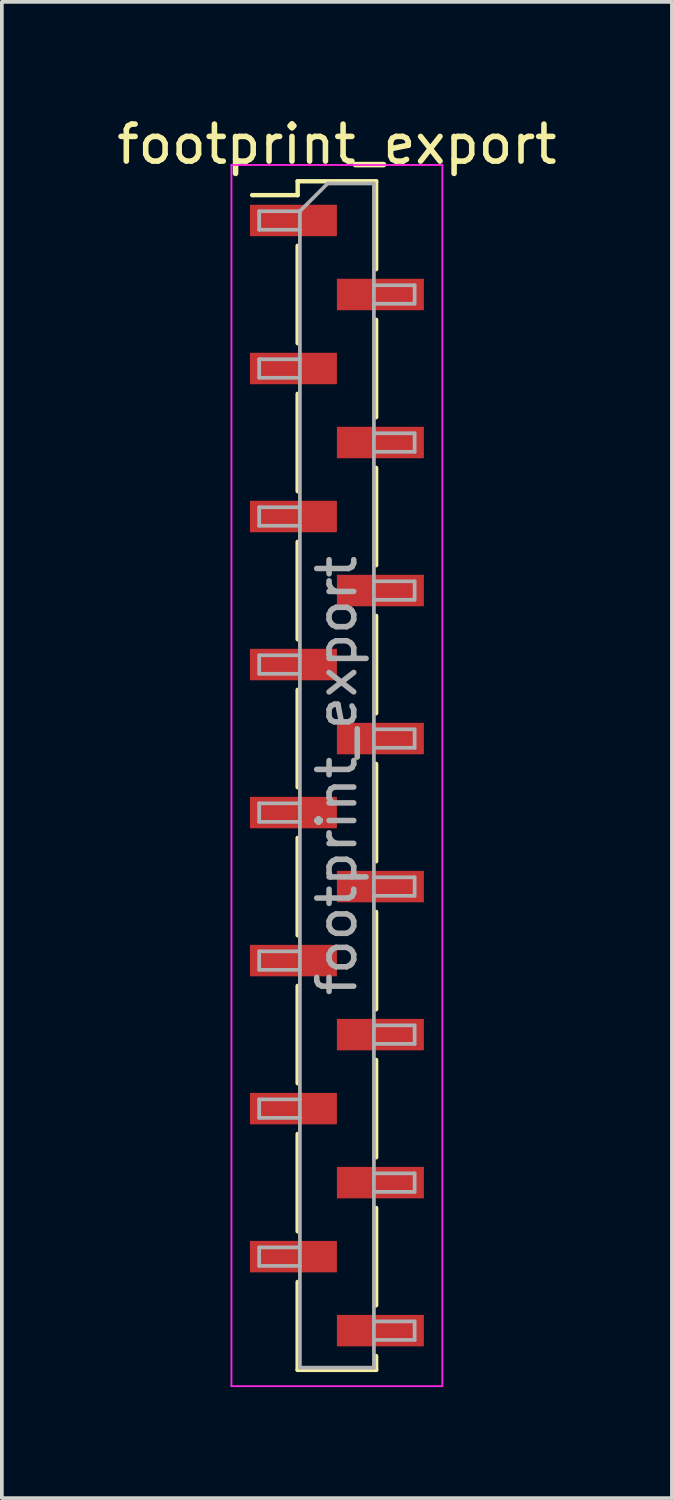
<source format=kicad_pcb>
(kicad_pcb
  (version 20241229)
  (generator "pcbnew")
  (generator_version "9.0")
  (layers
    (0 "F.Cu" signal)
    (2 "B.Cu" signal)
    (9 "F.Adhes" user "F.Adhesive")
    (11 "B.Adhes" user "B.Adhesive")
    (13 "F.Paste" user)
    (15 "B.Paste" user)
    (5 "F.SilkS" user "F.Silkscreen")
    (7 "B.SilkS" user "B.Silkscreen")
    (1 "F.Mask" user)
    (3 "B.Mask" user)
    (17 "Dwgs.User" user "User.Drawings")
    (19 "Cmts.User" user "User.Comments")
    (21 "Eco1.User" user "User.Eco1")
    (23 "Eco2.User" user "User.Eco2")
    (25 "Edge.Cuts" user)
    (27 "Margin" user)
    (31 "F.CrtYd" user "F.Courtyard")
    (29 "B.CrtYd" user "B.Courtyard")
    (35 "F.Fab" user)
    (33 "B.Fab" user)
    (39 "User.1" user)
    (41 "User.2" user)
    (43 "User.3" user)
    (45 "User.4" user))
  (footprint "footprint_export"
    (layer "F.Cu")
    (at 6.054 17.908)
    (property "Reference" "footprint_export" (at 0 -17.06 0) (layer "F.SilkS") (effects (font (size 1 1) (thickness 0.15))))
    (attr smd)
    (fp_line (start -1.06 -16.06) (end -1.06 -15.685) (stroke (width 0.12) (type solid)) (layer "F.SilkS"))
    (fp_line (start -1.06 -16.06) (end 1.06 -16.06) (stroke (width 0.12) (type solid)) (layer "F.SilkS"))
    (fp_line (start -1.06 -15.685) (end -2.29 -15.685) (stroke (width 0.12) (type solid)) (layer "F.SilkS"))
    (fp_line (start -1.06 -14.315) (end -1.06 -11.685) (stroke (width 0.12) (type solid)) (layer "F.SilkS"))
    (fp_line (start -1.06 -10.315) (end -1.06 -7.685) (stroke (width 0.12) (type solid)) (layer "F.SilkS"))
    (fp_line (start -1.06 -6.315) (end -1.06 -3.685) (stroke (width 0.12) (type solid)) (layer "F.SilkS"))
    (fp_line (start -1.06 -2.315) (end -1.06 0.315) (stroke (width 0.12) (type solid)) (layer "F.SilkS"))
    (fp_line (start -1.06 1.685) (end -1.06 4.315) (stroke (width 0.12) (type solid)) (layer "F.SilkS"))
    (fp_line (start -1.06 5.685) (end -1.06 8.315) (stroke (width 0.12) (type solid)) (layer "F.SilkS"))
    (fp_line (start -1.06 9.685) (end -1.06 12.315) (stroke (width 0.12) (type solid)) (layer "F.SilkS"))
    (fp_line (start -1.06 13.685) (end -1.06 16.06) (stroke (width 0.12) (type solid)) (layer "F.SilkS"))
    (fp_line (start -1.06 16.06) (end 1.06 16.06) (stroke (width 0.12) (type solid)) (layer "F.SilkS"))
    (fp_line (start 1.06 -16.06) (end 1.06 -13.685) (stroke (width 0.12) (type solid)) (layer "F.SilkS"))
    (fp_line (start 1.06 -12.315) (end 1.06 -9.685) (stroke (width 0.12) (type solid)) (layer "F.SilkS"))
    (fp_line (start 1.06 -8.315) (end 1.06 -5.685) (stroke (width 0.12) (type solid)) (layer "F.SilkS"))
    (fp_line (start 1.06 -4.315) (end 1.06 -1.685) (stroke (width 0.12) (type solid)) (layer "F.SilkS"))
    (fp_line (start 1.06 -0.315) (end 1.06 2.315) (stroke (width 0.12) (type solid)) (layer "F.SilkS"))
    (fp_line (start 1.06 3.685) (end 1.06 6.315) (stroke (width 0.12) (type solid)) (layer "F.SilkS"))
    (fp_line (start 1.06 7.685) (end 1.06 10.315) (stroke (width 0.12) (type solid)) (layer "F.SilkS"))
    (fp_line (start 1.06 11.685) (end 1.06 14.315) (stroke (width 0.12) (type solid)) (layer "F.SilkS"))
    (fp_line (start 1.06 15.685) (end 1.06 16.06) (stroke (width 0.12) (type solid)) (layer "F.SilkS"))
    (fp_line (start -2.85 -16.5) (end -2.85 16.5) (stroke (width 0.05) (type solid)) (layer "F.CrtYd"))
    (fp_line (start -2.85 16.5) (end 2.85 16.5) (stroke (width 0.05) (type solid)) (layer "F.CrtYd"))
    (fp_line (start 2.85 -16.5) (end -2.85 -16.5) (stroke (width 0.05) (type solid)) (layer "F.CrtYd"))
    (fp_line (start 2.85 16.5) (end 2.85 -16.5) (stroke (width 0.05) (type solid)) (layer "F.CrtYd"))
    (fp_line (start -2.1 -15.25) (end -2.1 -14.75) (stroke (width 0.1) (type solid)) (layer "F.Fab"))
    (fp_line (start -2.1 -14.75) (end -1 -14.75) (stroke (width 0.1) (type solid)) (layer "F.Fab"))
    (fp_line (start -2.1 -11.25) (end -2.1 -10.75) (stroke (width 0.1) (type solid)) (layer "F.Fab"))
    (fp_line (start -2.1 -10.75) (end -1 -10.75) (stroke (width 0.1) (type solid)) (layer "F.Fab"))
    (fp_line (start -2.1 -7.25) (end -2.1 -6.75) (stroke (width 0.1) (type solid)) (layer "F.Fab"))
    (fp_line (start -2.1 -6.75) (end -1 -6.75) (stroke (width 0.1) (type solid)) (layer "F.Fab"))
    (fp_line (start -2.1 -3.25) (end -2.1 -2.75) (stroke (width 0.1) (type solid)) (layer "F.Fab"))
    (fp_line (start -2.1 -2.75) (end -1 -2.75) (stroke (width 0.1) (type solid)) (layer "F.Fab"))
    (fp_line (start -2.1 0.75) (end -2.1 1.25) (stroke (width 0.1) (type solid)) (layer "F.Fab"))
    (fp_line (start -2.1 1.25) (end -1 1.25) (stroke (width 0.1) (type solid)) (layer "F.Fab"))
    (fp_line (start -2.1 4.75) (end -2.1 5.25) (stroke (width 0.1) (type solid)) (layer "F.Fab"))
    (fp_line (start -2.1 5.25) (end -1 5.25) (stroke (width 0.1) (type solid)) (layer "F.Fab"))
    (fp_line (start -2.1 8.75) (end -2.1 9.25) (stroke (width 0.1) (type solid)) (layer "F.Fab"))
    (fp_line (start -2.1 9.25) (end -1 9.25) (stroke (width 0.1) (type solid)) (layer "F.Fab"))
    (fp_line (start -2.1 12.75) (end -2.1 13.25) (stroke (width 0.1) (type solid)) (layer "F.Fab"))
    (fp_line (start -2.1 13.25) (end -1 13.25) (stroke (width 0.1) (type solid)) (layer "F.Fab"))
    (fp_line (start -1 -15.25) (end -2.1 -15.25) (stroke (width 0.1) (type solid)) (layer "F.Fab"))
    (fp_line (start -1 -15.25) (end -0.25 -16) (stroke (width 0.1) (type solid)) (layer "F.Fab"))
    (fp_line (start -1 -11.25) (end -2.1 -11.25) (stroke (width 0.1) (type solid)) (layer "F.Fab"))
    (fp_line (start -1 -7.25) (end -2.1 -7.25) (stroke (width 0.1) (type solid)) (layer "F.Fab"))
    (fp_line (start -1 -3.25) (end -2.1 -3.25) (stroke (width 0.1) (type solid)) (layer "F.Fab"))
    (fp_line (start -1 0.75) (end -2.1 0.75) (stroke (width 0.1) (type solid)) (layer "F.Fab"))
    (fp_line (start -1 4.75) (end -2.1 4.75) (stroke (width 0.1) (type solid)) (layer "F.Fab"))
    (fp_line (start -1 8.75) (end -2.1 8.75) (stroke (width 0.1) (type solid)) (layer "F.Fab"))
    (fp_line (start -1 12.75) (end -2.1 12.75) (stroke (width 0.1) (type solid)) (layer "F.Fab"))
    (fp_line (start -1 16) (end -1 -15.25) (stroke (width 0.1) (type solid)) (layer "F.Fab"))
    (fp_line (start -0.25 -16) (end 1 -16) (stroke (width 0.1) (type solid)) (layer "F.Fab"))
    (fp_line (start 1 -16) (end 1 16) (stroke (width 0.1) (type solid)) (layer "F.Fab"))
    (fp_line (start 1 -13.25) (end 2.1 -13.25) (stroke (width 0.1) (type solid)) (layer "F.Fab"))
    (fp_line (start 1 -9.25) (end 2.1 -9.25) (stroke (width 0.1) (type solid)) (layer "F.Fab"))
    (fp_line (start 1 -5.25) (end 2.1 -5.25) (stroke (width 0.1) (type solid)) (layer "F.Fab"))
    (fp_line (start 1 -1.25) (end 2.1 -1.25) (stroke (width 0.1) (type solid)) (layer "F.Fab"))
    (fp_line (start 1 2.75) (end 2.1 2.75) (stroke (width 0.1) (type solid)) (layer "F.Fab"))
    (fp_line (start 1 6.75) (end 2.1 6.75) (stroke (width 0.1) (type solid)) (layer "F.Fab"))
    (fp_line (start 1 10.75) (end 2.1 10.75) (stroke (width 0.1) (type solid)) (layer "F.Fab"))
    (fp_line (start 1 14.75) (end 2.1 14.75) (stroke (width 0.1) (type solid)) (layer "F.Fab"))
    (fp_line (start 1 16) (end -1 16) (stroke (width 0.1) (type solid)) (layer "F.Fab"))
    (fp_line (start 2.1 -13.25) (end 2.1 -12.75) (stroke (width 0.1) (type solid)) (layer "F.Fab"))
    (fp_line (start 2.1 -12.75) (end 1 -12.75) (stroke (width 0.1) (type solid)) (layer "F.Fab"))
    (fp_line (start 2.1 -9.25) (end 2.1 -8.75) (stroke (width 0.1) (type solid)) (layer "F.Fab"))
    (fp_line (start 2.1 -8.75) (end 1 -8.75) (stroke (width 0.1) (type solid)) (layer "F.Fab"))
    (fp_line (start 2.1 -5.25) (end 2.1 -4.75) (stroke (width 0.1) (type solid)) (layer "F.Fab"))
    (fp_line (start 2.1 -4.75) (end 1 -4.75) (stroke (width 0.1) (type solid)) (layer "F.Fab"))
    (fp_line (start 2.1 -1.25) (end 2.1 -0.75) (stroke (width 0.1) (type solid)) (layer "F.Fab"))
    (fp_line (start 2.1 -0.75) (end 1 -0.75) (stroke (width 0.1) (type solid)) (layer "F.Fab"))
    (fp_line (start 2.1 2.75) (end 2.1 3.25) (stroke (width 0.1) (type solid)) (layer "F.Fab"))
    (fp_line (start 2.1 3.25) (end 1 3.25) (stroke (width 0.1) (type solid)) (layer "F.Fab"))
    (fp_line (start 2.1 6.75) (end 2.1 7.25) (stroke (width 0.1) (type solid)) (layer "F.Fab"))
    (fp_line (start 2.1 7.25) (end 1 7.25) (stroke (width 0.1) (type solid)) (layer "F.Fab"))
    (fp_line (start 2.1 10.75) (end 2.1 11.25) (stroke (width 0.1) (type solid)) (layer "F.Fab"))
    (fp_line (start 2.1 11.25) (end 1 11.25) (stroke (width 0.1) (type solid)) (layer "F.Fab"))
    (fp_line (start 2.1 14.75) (end 2.1 15.25) (stroke (width 0.1) (type solid)) (layer "F.Fab"))
    (fp_line (start 2.1 15.25) (end 1 15.25) (stroke (width 0.1) (type solid)) (layer "F.Fab"))
    (fp_text user "${REFERENCE}" (at 0 0 90) (layer "F.Fab") (effects (font (size 1 1) (thickness 0.15))))
    (pad "1" smd rect (at -1.175 -15) (size 2.35 0.85) (layers "F.Cu" "F.Mask" "F.Paste"))
    (pad "2" smd rect (at 1.175 -13) (size 2.35 0.85) (layers "F.Cu" "F.Mask" "F.Paste"))
    (pad "3" smd rect (at -1.175 -11) (size 2.35 0.85) (layers "F.Cu" "F.Mask" "F.Paste"))
    (pad "4" smd rect (at 1.175 -9) (size 2.35 0.85) (layers "F.Cu" "F.Mask" "F.Paste"))
    (pad "5" smd rect (at -1.175 -7) (size 2.35 0.85) (layers "F.Cu" "F.Mask" "F.Paste"))
    (pad "6" smd rect (at 1.175 -5) (size 2.35 0.85) (layers "F.Cu" "F.Mask" "F.Paste"))
    (pad "7" smd rect (at -1.175 -3) (size 2.35 0.85) (layers "F.Cu" "F.Mask" "F.Paste"))
    (pad "8" smd rect (at 1.175 -1) (size 2.35 0.85) (layers "F.Cu" "F.Mask" "F.Paste"))
    (pad "9" smd rect (at -1.175 1) (size 2.35 0.85) (layers "F.Cu" "F.Mask" "F.Paste"))
    (pad "10" smd rect (at 1.175 3) (size 2.35 0.85) (layers "F.Cu" "F.Mask" "F.Paste"))
    (pad "11" smd rect (at -1.175 5) (size 2.35 0.85) (layers "F.Cu" "F.Mask" "F.Paste"))
    (pad "12" smd rect (at 1.175 7) (size 2.35 0.85) (layers "F.Cu" "F.Mask" "F.Paste"))
    (pad "13" smd rect (at -1.175 9) (size 2.35 0.85) (layers "F.Cu" "F.Mask" "F.Paste"))
    (pad "14" smd rect (at 1.175 11) (size 2.35 0.85) (layers "F.Cu" "F.Mask" "F.Paste"))
    (pad "15" smd rect (at -1.175 13) (size 2.35 0.85) (layers "F.Cu" "F.Mask" "F.Paste"))
    (pad "16" smd rect (at 1.175 15) (size 2.35 0.85) (layers "F.Cu" "F.Mask" "F.Paste")))
  (gr_rect
    (start -3 -3)
    (end 15.107 37.433)
    (stroke (width 0.1) (type default))
    (fill no)
    (layer "Edge.Cuts")))
</source>
